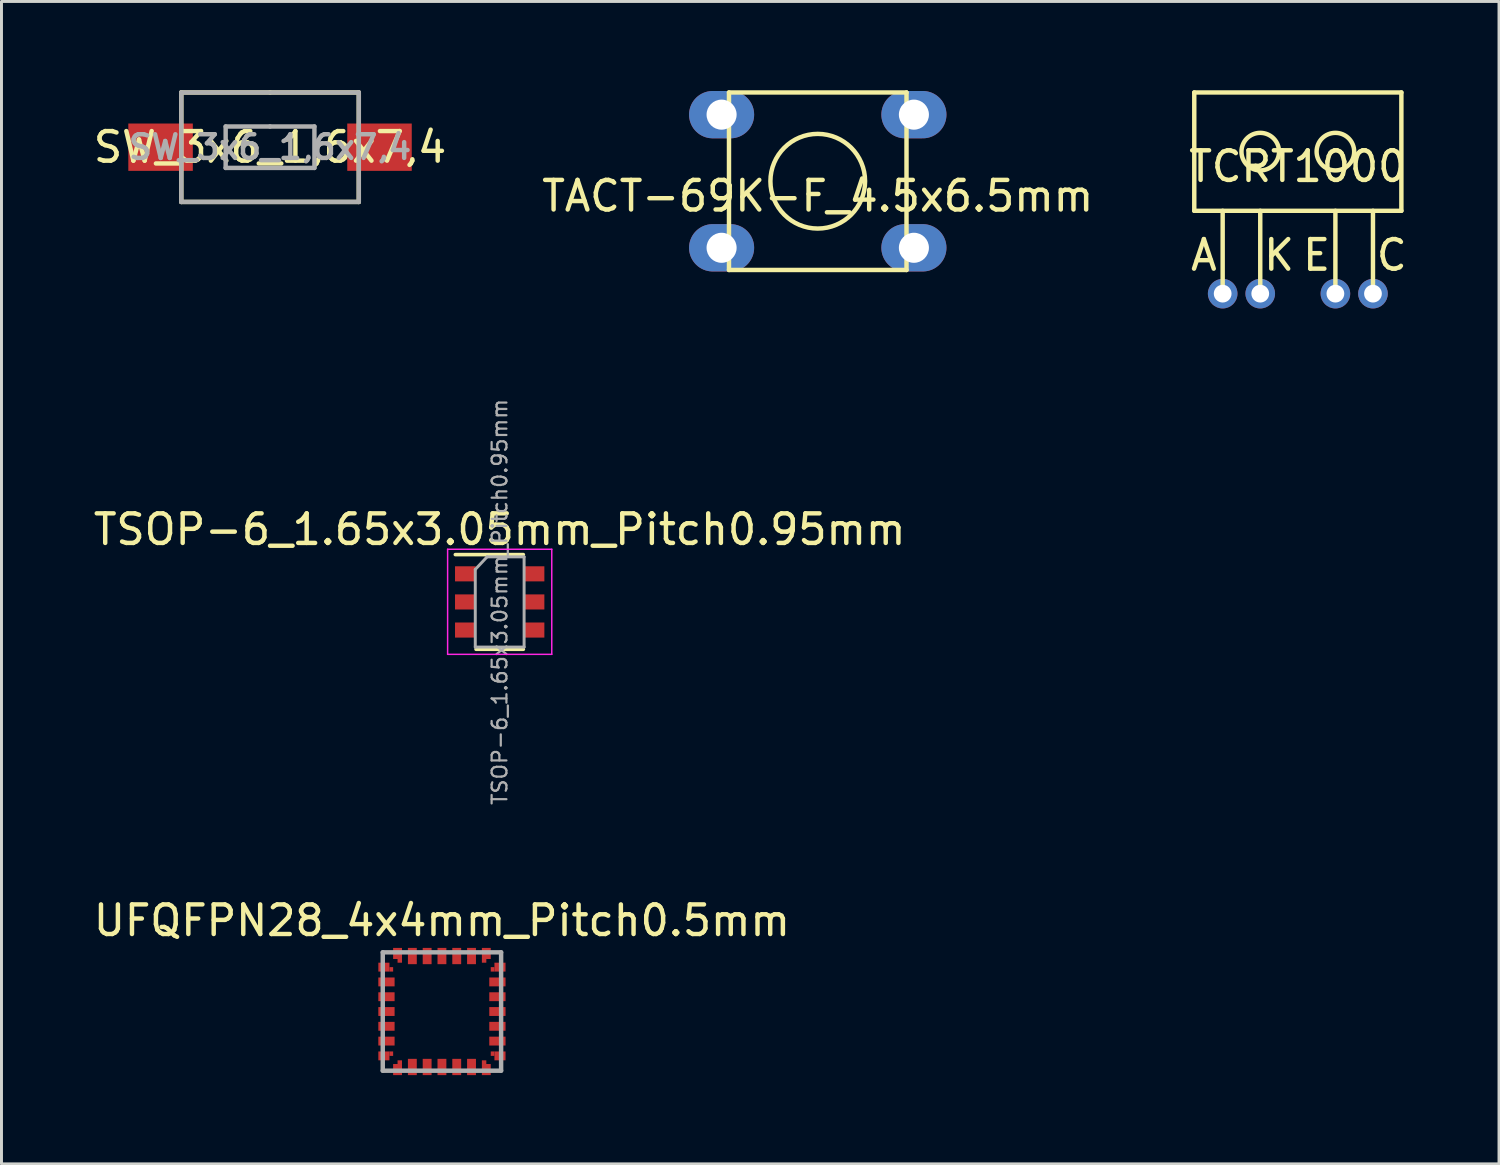
<source format=kicad_pcb>
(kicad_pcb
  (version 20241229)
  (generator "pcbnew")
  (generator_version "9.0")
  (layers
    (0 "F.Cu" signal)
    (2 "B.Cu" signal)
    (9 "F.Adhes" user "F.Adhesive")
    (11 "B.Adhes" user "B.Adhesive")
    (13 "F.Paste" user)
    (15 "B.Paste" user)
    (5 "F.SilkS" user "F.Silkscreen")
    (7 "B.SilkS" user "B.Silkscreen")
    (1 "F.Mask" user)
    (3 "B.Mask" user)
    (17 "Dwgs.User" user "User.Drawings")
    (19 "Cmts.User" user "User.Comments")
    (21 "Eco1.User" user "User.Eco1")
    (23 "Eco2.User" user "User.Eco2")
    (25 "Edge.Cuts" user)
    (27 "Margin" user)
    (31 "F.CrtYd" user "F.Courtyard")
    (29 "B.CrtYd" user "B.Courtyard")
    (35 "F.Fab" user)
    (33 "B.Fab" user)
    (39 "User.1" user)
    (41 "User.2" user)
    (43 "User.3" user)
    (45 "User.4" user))
  (footprint "TACT-69K-F_4.5x6.5mm"
    (layer "F.Cu")
    (at 24.589 3.075)
    (property "Reference" "TACT-69K-F_4.5x6.5mm" (at 0 0.5 0) (layer "F.SilkS") (effects (font (size 1 1) (thickness 0.15))))
    (attr through_hole)
    (fp_line (start -3 -3) (end 3 -3) (stroke (width 0.15) (type solid)) (layer "F.SilkS"))
    (fp_line (start -3 3) (end -3 -3) (stroke (width 0.15) (type solid)) (layer "F.SilkS"))
    (fp_line (start 3 -3) (end 3 3) (stroke (width 0.15) (type solid)) (layer "F.SilkS"))
    (fp_line (start 3 3) (end -3 3) (stroke (width 0.15) (type solid)) (layer "F.SilkS"))
    (fp_circle (center 0 0) (end 1.6 0) (stroke (width 0.15) (type solid)) (fill no) (layer "F.SilkS"))
    (pad "1" thru_hole oval (at -3.25 -2.25) (size 2.2 1.6) (drill 1.016) (layers "*.Cu" "*.Mask"))
    (pad "1" thru_hole oval (at 3.25 -2.25) (size 2.2 1.6) (drill 1.016) (layers "*.Cu" "*.Mask"))
    (pad "2" thru_hole oval (at -3.25 2.25) (size 2.2 1.6) (drill 1.016) (layers "*.Cu" "*.Mask"))
    (pad "2" thru_hole oval (at 3.25 2.25) (size 2.2 1.6) (drill 1.016) (layers "*.Cu" "*.Mask")))
  (footprint "TSOP-6_1.65x3.05mm_Pitch0.95mm"
    (layer "F.Cu")
    (at 13.839 17.295)
    (property "Reference" "TSOP-6_1.65x3.05mm_Pitch0.95mm" (at 0 -2.45 0) (layer "F.SilkS") (effects (font (size 1 1) (thickness 0.15))))
    (attr smd)
    (fp_line (start -0.8 1.6) (end 0.8 1.6) (stroke (width 0.12) (type solid)) (layer "F.SilkS"))
    (fp_line (start 0.8 -1.6) (end -1.5 -1.6) (stroke (width 0.12) (type solid)) (layer "F.SilkS"))
    (fp_line (start -1.76 -1.78) (end -1.76 1.77) (stroke (width 0.05) (type solid)) (layer "F.CrtYd"))
    (fp_line (start -1.76 -1.78) (end 1.76 -1.78) (stroke (width 0.05) (type solid)) (layer "F.CrtYd"))
    (fp_line (start 1.76 1.77) (end -1.76 1.77) (stroke (width 0.05) (type solid)) (layer "F.CrtYd"))
    (fp_line (start 1.76 1.77) (end 1.76 -1.78) (stroke (width 0.05) (type solid)) (layer "F.CrtYd"))
    (fp_line (start -0.825 -1.1) (end -0.825 1.525) (stroke (width 0.1) (type solid)) (layer "F.Fab"))
    (fp_line (start -0.825 -1.1) (end -0.425 -1.525) (stroke (width 0.1) (type solid)) (layer "F.Fab"))
    (fp_line (start 0.825 -1.525) (end -0.425 -1.525) (stroke (width 0.1) (type solid)) (layer "F.Fab"))
    (fp_line (start 0.825 -1.525) (end 0.825 1.525) (stroke (width 0.1) (type solid)) (layer "F.Fab"))
    (fp_line (start 0.825 1.525) (end -0.825 1.525) (stroke (width 0.1) (type solid)) (layer "F.Fab"))
    (fp_text user "${REFERENCE}" (at 0 0 90) (layer "F.Fab") (effects (font (size 0.5 0.5) (thickness 0.075))))
    (pad "1" smd rect (at -1.16 -0.95) (size 0.7 0.51) (layers "F.Cu" "F.Mask" "F.Paste"))
    (pad "2" smd rect (at -1.16 0) (size 0.7 0.51) (layers "F.Cu" "F.Mask" "F.Paste"))
    (pad "3" smd rect (at -1.16 0.95) (size 0.7 0.51) (layers "F.Cu" "F.Mask" "F.Paste"))
    (pad "4" smd rect (at 1.16 0.95) (size 0.7 0.51) (layers "F.Cu" "F.Mask" "F.Paste"))
    (pad "5" smd rect (at 1.16 0) (size 0.7 0.51) (layers "F.Cu" "F.Mask" "F.Paste"))
    (pad "6" smd rect (at 1.16 -0.95) (size 0.7 0.51) (layers "F.Cu" "F.Mask" "F.Paste")))
  (footprint "SW_3x6_1,6x7,4"
    (layer "F.Cu")
    (at 6.077 1.925)
    (property "Reference" "SW_3x6_1,6x7,4" (at 0 0 0) (layer "F.SilkS") (effects (font (size 1 1) (thickness 0.15))))
    (property "Value" "${VALUE}" (at 0 2.8 0) (layer "F.Fab") (hide yes) (effects (font (size 1 1) (thickness 0.15))))
    (attr through_hole)
    (fp_line (start -3 -1.85) (end 0 -1.85) (stroke (width 0.15) (type solid)) (layer "F.SilkS"))
    (fp_line (start -3 1.85) (end -3 -1.85) (stroke (width 0.15) (type solid)) (layer "F.SilkS"))
    (fp_line (start 0 -1.85) (end 3 -1.85) (stroke (width 0.15) (type solid)) (layer "F.SilkS"))
    (fp_line (start 3 -1.85) (end 3 1.85) (stroke (width 0.15) (type solid)) (layer "F.SilkS"))
    (fp_line (start 3 1.85) (end -3 1.85) (stroke (width 0.15) (type solid)) (layer "F.SilkS"))
    (fp_line (start -3 -1.85) (end 3 -1.85) (stroke (width 0.15) (type solid)) (layer "F.Fab"))
    (fp_line (start -3 1.85) (end -3 -1.85) (stroke (width 0.15) (type solid)) (layer "F.Fab"))
    (fp_line (start -1.5 -0.7) (end 0 -0.7) (stroke (width 0.15) (type solid)) (layer "F.Fab"))
    (fp_line (start -1.5 0.7) (end -1.5 -0.7) (stroke (width 0.15) (type solid)) (layer "F.Fab"))
    (fp_line (start 0 -0.7) (end 1.5 -0.7) (stroke (width 0.15) (type solid)) (layer "F.Fab"))
    (fp_line (start 1.5 -0.7) (end 1.5 0.7) (stroke (width 0.15) (type solid)) (layer "F.Fab"))
    (fp_line (start 1.5 0.7) (end -1.5 0.7) (stroke (width 0.15) (type solid)) (layer "F.Fab"))
    (fp_line (start 3 -1.85) (end 3 1.85) (stroke (width 0.15) (type solid)) (layer "F.Fab"))
    (fp_line (start 3 1.85) (end -3 1.85) (stroke (width 0.15) (type solid)) (layer "F.Fab"))
    (fp_text user "${REFERENCE}" (at 0 0 0) (layer "F.Fab") (effects (font (size 0.8 0.8) (thickness 0.15))))
    (pad "1" smd rect (at -3.7 0) (size 2.18 1.6) (layers "F.Cu" "F.Mask" "F.Paste"))
    (pad "2" smd rect (at 3.7 0) (size 2.18 1.6) (layers "F.Cu" "F.Mask" "F.Paste")))
  (footprint "UFQFPN28_4x4mm_Pitch0.5mm"
    (layer "F.Cu")
    (at 11.887 31.138)
    (property "Reference" "UFQFPN28_4x4mm_Pitch0.5mm" (at 0 -3.075 0) (layer "F.SilkS") (effects (font (size 1 1) (thickness 0.15))))
    (attr through_hole)
    (fp_line (start -2 -2) (end 2 -2) (stroke (width 0.15) (type solid)) (layer "F.Fab"))
    (fp_line (start -2 2) (end -2 -2) (stroke (width 0.15) (type solid)) (layer "F.Fab"))
    (fp_line (start 2 -2) (end 2 2) (stroke (width 0.15) (type solid)) (layer "F.Fab"))
    (fp_line (start 2 2) (end -2 2) (stroke (width 0.15) (type solid)) (layer "F.Fab"))
    (pad "1" smd rect (at -1.9 -1.5) (size 0.375 0.3) (drill (offset -0.062 0)) (layers "F.Cu" "F.Mask" "F.Paste"))
    (pad "1" smd rect (at -1.65 -1.425) (size 0.125 0.15) (drill (offset -0.062 0)) (layers "F.Cu" "F.Mask" "F.Paste"))
    (pad "2" smd rect (at -1.875 -1) (size 0.55 0.3) (layers "F.Cu" "F.Mask" "F.Paste"))
    (pad "3" smd rect (at -1.875 -0.5) (size 0.55 0.3) (layers "F.Cu" "F.Mask" "F.Paste"))
    (pad "4" smd rect (at -1.875 0) (size 0.55 0.3) (layers "F.Cu" "F.Mask" "F.Paste"))
    (pad "5" smd rect (at -1.875 0.5) (size 0.55 0.3) (layers "F.Cu" "F.Mask" "F.Paste"))
    (pad "6" smd rect (at -1.875 1) (size 0.55 0.3) (layers "F.Cu" "F.Mask" "F.Paste"))
    (pad "7" smd rect (at -1.9 1.5) (size 0.375 0.3) (drill (offset -0.062 0)) (layers "F.Cu" "F.Mask" "F.Paste"))
    (pad "7" smd rect (at -1.65 1.425) (size 0.125 0.15) (drill (offset -0.062 0)) (layers "F.Cu" "F.Mask" "F.Paste"))
    (pad "8" smd trapezoid (at -1.5 1.9) (size 0.3 0.375) (drill (offset 0 0.062)) (layers "F.Cu" "F.Mask" "F.Paste"))
    (pad "8" smd rect (at -1.425 1.65) (size 0.15 0.125) (drill (offset 0 0.062)) (layers "F.Cu" "F.Mask" "F.Paste"))
    (pad "9" smd rect (at -1 1.875) (size 0.3 0.55) (layers "F.Cu" "F.Mask" "F.Paste"))
    (pad "10" smd rect (at -0.5 1.875) (size 0.3 0.55) (layers "F.Cu" "F.Mask" "F.Paste"))
    (pad "11" smd rect (at 0 1.875) (size 0.3 0.55) (layers "F.Cu" "F.Mask" "F.Paste"))
    (pad "12" smd rect (at 0.5 1.875) (size 0.3 0.55) (layers "F.Cu" "F.Mask" "F.Paste"))
    (pad "13" smd rect (at 1 1.875) (size 0.3 0.55) (layers "F.Cu" "F.Mask" "F.Paste"))
    (pad "14" smd rect (at 1.425 1.65) (size 0.15 0.125) (drill (offset 0 0.062)) (layers "F.Cu" "F.Mask" "F.Paste"))
    (pad "14" smd rect (at 1.5 1.9) (size 0.3 0.375) (drill (offset 0 0.062)) (layers "F.Cu" "F.Mask" "F.Paste"))
    (pad "15" smd rect (at 1.65 1.425) (size 0.125 0.15) (drill (offset 0.062 0)) (layers "F.Cu" "F.Mask" "F.Paste"))
    (pad "15" smd rect (at 1.9 1.5 180) (size 0.375 0.3) (drill (offset -0.062 0)) (layers "F.Cu" "F.Mask" "F.Paste"))
    (pad "16" smd rect (at 1.875 1) (size 0.55 0.3) (layers "F.Cu" "F.Mask" "F.Paste"))
    (pad "17" smd rect (at 1.875 0.5) (size 0.55 0.3) (layers "F.Cu" "F.Mask" "F.Paste"))
    (pad "18" smd rect (at 1.875 0) (size 0.55 0.3) (layers "F.Cu" "F.Mask" "F.Paste"))
    (pad "19" smd rect (at 1.875 -0.5) (size 0.55 0.3) (layers "F.Cu" "F.Mask" "F.Paste"))
    (pad "20" smd rect (at 1.875 -1) (size 0.55 0.3) (layers "F.Cu" "F.Mask" "F.Paste"))
    (pad "21" smd rect (at 1.65 -1.425) (size 0.125 0.15) (drill (offset 0.062 0)) (layers "F.Cu" "F.Mask" "F.Paste"))
    (pad "21" smd rect (at 1.9 -1.5 180) (size 0.375 0.3) (drill (offset -0.062 0)) (layers "F.Cu" "F.Mask" "F.Paste"))
    (pad "22" smd rect (at 1.425 -1.65) (size 0.15 0.125) (drill (offset 0 -0.062)) (layers "F.Cu" "F.Mask" "F.Paste"))
    (pad "22" smd rect (at 1.5 -1.9 180) (size 0.3 0.375) (drill (offset 0 0.062)) (layers "F.Cu" "F.Mask" "F.Paste"))
    (pad "23" smd rect (at 1 -1.875) (size 0.3 0.55) (layers "F.Cu" "F.Mask" "F.Paste"))
    (pad "24" smd rect (at 0.5 -1.875) (size 0.3 0.55) (layers "F.Cu" "F.Mask" "F.Paste"))
    (pad "25" smd rect (at 0 -1.875) (size 0.3 0.55) (layers "F.Cu" "F.Mask" "F.Paste"))
    (pad "26" smd rect (at -0.5 -1.875) (size 0.3 0.55) (layers "F.Cu" "F.Mask" "F.Paste"))
    (pad "27" smd rect (at -1 -1.875) (size 0.3 0.55) (layers "F.Cu" "F.Mask" "F.Paste"))
    (pad "28" smd rect (at -1.5 -1.9 180) (size 0.3 0.375) (drill (offset 0 0.062)) (layers "F.Cu" "F.Mask" "F.Paste"))
    (pad "28" smd rect (at -1.425 -1.65) (size 0.15 0.125) (drill (offset 0 -0.062)) (layers "F.Cu" "F.Mask" "F.Paste")))
  (footprint "TCRT1000"
    (layer "F.Cu")
    (at 40.815 2.075)
    (property "Reference" "TCRT1000" (at 0 0.5 0) (layer "F.SilkS") (effects (font (size 1 1) (thickness 0.15))))
    (attr through_hole)
    (fp_line (start -3.5 -2) (end 3.5 -2) (stroke (width 0.15) (type solid)) (layer "F.SilkS"))
    (fp_line (start -3.5 2) (end -3.5 -2) (stroke (width 0.15) (type solid)) (layer "F.SilkS"))
    (fp_line (start -2.54 4.8) (end -2.54 2) (stroke (width 0.15) (type solid)) (layer "F.SilkS"))
    (fp_line (start -1.27 4.8) (end -1.27 2) (stroke (width 0.15) (type solid)) (layer "F.SilkS"))
    (fp_line (start 1.27 4.8) (end 1.27 2) (stroke (width 0.15) (type solid)) (layer "F.SilkS"))
    (fp_line (start 2.54 4.8) (end 2.54 2) (stroke (width 0.15) (type solid)) (layer "F.SilkS"))
    (fp_line (start 3.5 -2) (end 3.5 2) (stroke (width 0.15) (type solid)) (layer "F.SilkS"))
    (fp_line (start 3.5 2) (end -3.5 2) (stroke (width 0.15) (type solid)) (layer "F.SilkS"))
    (fp_circle (center -1.27 0) (end -1.27 0.635) (stroke (width 0.15) (type solid)) (fill no) (layer "F.SilkS"))
    (fp_circle (center 1.27 0) (end 1.27 0.635) (stroke (width 0.15) (type solid)) (fill no) (layer "F.SilkS"))
    (fp_text user "E" (at 0.635 3.5 0) (layer "F.SilkS") (effects (font (size 1 1) (thickness 0.15))))
    (fp_text user "C" (at 3.175 3.5 0) (layer "F.SilkS") (effects (font (size 1 1) (thickness 0.15))))
    (fp_text user "A" (at -3.175 3.5 0) (layer "F.SilkS") (effects (font (size 1 1) (thickness 0.15))))
    (fp_text user "K" (at -0.635 3.5 0) (layer "F.SilkS") (effects (font (size 1 1) (thickness 0.15))))
    (pad "1" thru_hole circle (at -2.54 4.8) (size 1 1) (drill 0.6) (layers "*.Cu" "*.Mask"))
    (pad "2" thru_hole circle (at -1.27 4.8) (size 1 1) (drill 0.6) (layers "*.Cu" "*.Mask"))
    (pad "3" thru_hole circle (at 1.27 4.8) (size 1 1) (drill 0.6) (layers "*.Cu" "*.Mask"))
    (pad "4" thru_hole circle (at 2.54 4.8) (size 1 1) (drill 0.6) (layers "*.Cu" "*.Mask")))
  (gr_rect
    (start -3 -3)
    (end 47.615 36.288)
    (stroke (width 0.1) (type default))
    (fill no)
    (layer "Edge.Cuts")))
</source>
